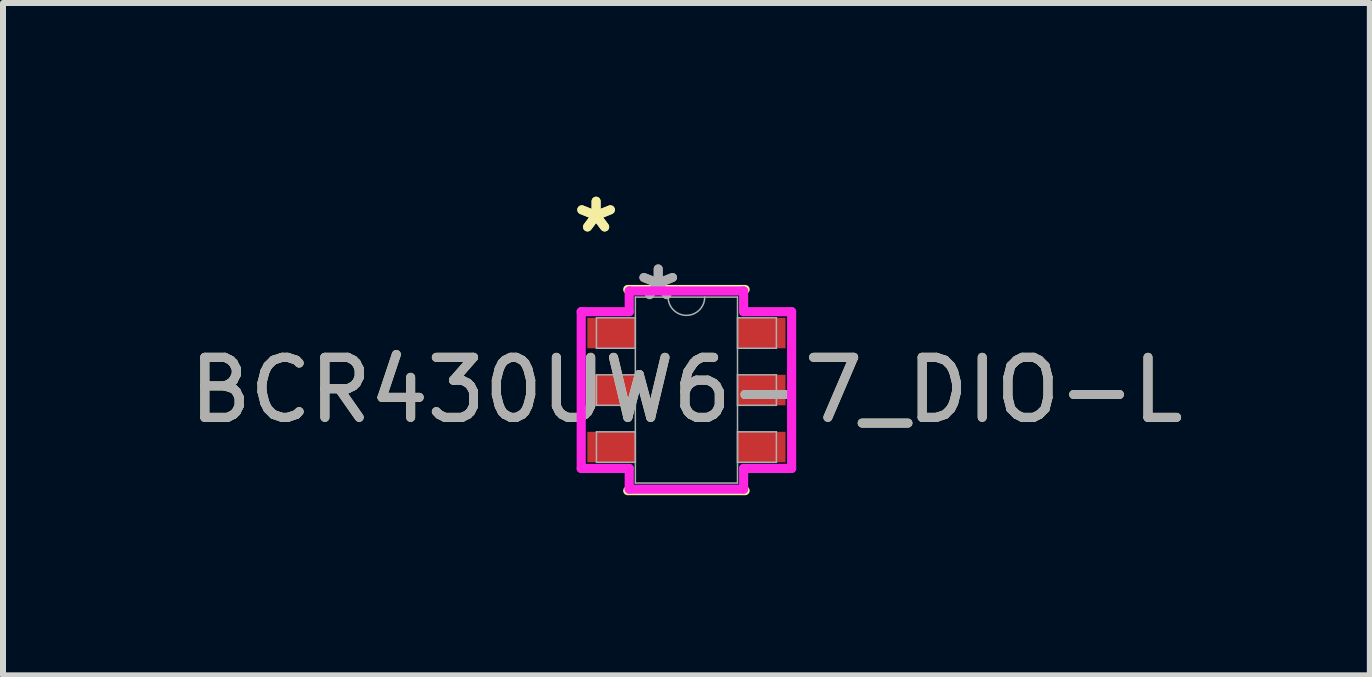
<source format=kicad_pcb>
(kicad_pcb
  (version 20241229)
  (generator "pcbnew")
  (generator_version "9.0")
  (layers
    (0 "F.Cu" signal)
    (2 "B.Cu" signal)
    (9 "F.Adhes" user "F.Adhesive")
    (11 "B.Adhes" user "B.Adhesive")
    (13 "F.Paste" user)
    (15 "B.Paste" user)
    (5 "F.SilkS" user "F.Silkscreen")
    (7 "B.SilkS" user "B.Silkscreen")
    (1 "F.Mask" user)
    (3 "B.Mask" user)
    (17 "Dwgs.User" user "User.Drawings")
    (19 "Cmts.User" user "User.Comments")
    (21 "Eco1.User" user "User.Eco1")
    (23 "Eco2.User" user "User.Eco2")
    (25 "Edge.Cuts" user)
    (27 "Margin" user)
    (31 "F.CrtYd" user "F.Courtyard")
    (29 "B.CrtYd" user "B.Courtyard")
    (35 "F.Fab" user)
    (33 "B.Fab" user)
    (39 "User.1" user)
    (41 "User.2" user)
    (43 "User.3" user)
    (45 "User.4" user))
  (footprint "BCR430UW6-7_DIO-L"
    (layer "F.Cu")
    (at 8.387 3.449)
    (property "Reference" "BCR430UW6-7_DIO-L" (at 0 0 0) (unlocked yes) (layer "F.SilkS") (effects (font (size 1 1) (thickness 0.15))))
    (attr smd)
    (fp_line (start -0.978 1.676) (end 0.978 1.676) (stroke (width 0.152) (type solid)) (layer "F.SilkS"))
    (fp_line (start 0.978 -1.676) (end -0.978 -1.676) (stroke (width 0.152) (type solid)) (layer "F.SilkS"))
    (fp_line (start -1.753 -1.306) (end -0.953 -1.306) (stroke (width 0.152) (type solid)) (layer "F.CrtYd"))
    (fp_line (start -1.753 1.306) (end -1.753 -1.306) (stroke (width 0.152) (type solid)) (layer "F.CrtYd"))
    (fp_line (start -1.753 1.306) (end -0.953 1.306) (stroke (width 0.152) (type solid)) (layer "F.CrtYd"))
    (fp_line (start -0.953 -1.651) (end 0.953 -1.651) (stroke (width 0.152) (type solid)) (layer "F.CrtYd"))
    (fp_line (start -0.953 -1.306) (end -0.953 -1.651) (stroke (width 0.152) (type solid)) (layer "F.CrtYd"))
    (fp_line (start -0.953 1.651) (end -0.953 1.306) (stroke (width 0.152) (type solid)) (layer "F.CrtYd"))
    (fp_line (start 0.953 -1.651) (end 0.953 -1.306) (stroke (width 0.152) (type solid)) (layer "F.CrtYd"))
    (fp_line (start 0.953 1.306) (end 0.953 1.651) (stroke (width 0.152) (type solid)) (layer "F.CrtYd"))
    (fp_line (start 0.953 1.651) (end -0.953 1.651) (stroke (width 0.152) (type solid)) (layer "F.CrtYd"))
    (fp_line (start 1.753 -1.306) (end 0.953 -1.306) (stroke (width 0.152) (type solid)) (layer "F.CrtYd"))
    (fp_line (start 1.753 -1.306) (end 1.753 1.306) (stroke (width 0.152) (type solid)) (layer "F.CrtYd"))
    (fp_line (start 1.753 1.306) (end 0.953 1.306) (stroke (width 0.152) (type solid)) (layer "F.CrtYd"))
    (fp_line (start -1.499 -1.204) (end -1.499 -0.696) (stroke (width 0.025) (type solid)) (layer "F.Fab"))
    (fp_line (start -1.499 -0.696) (end -0.851 -0.696) (stroke (width 0.025) (type solid)) (layer "F.Fab"))
    (fp_line (start -1.499 -0.254) (end -1.499 0.254) (stroke (width 0.025) (type solid)) (layer "F.Fab"))
    (fp_line (start -1.499 0.254) (end -0.851 0.254) (stroke (width 0.025) (type solid)) (layer "F.Fab"))
    (fp_line (start -1.499 0.696) (end -1.499 1.204) (stroke (width 0.025) (type solid)) (layer "F.Fab"))
    (fp_line (start -1.499 1.204) (end -0.851 1.204) (stroke (width 0.025) (type solid)) (layer "F.Fab"))
    (fp_line (start -0.851 -1.549) (end -0.851 1.549) (stroke (width 0.025) (type solid)) (layer "F.Fab"))
    (fp_line (start -0.851 -1.204) (end -1.499 -1.204) (stroke (width 0.025) (type solid)) (layer "F.Fab"))
    (fp_line (start -0.851 -0.696) (end -0.851 -1.204) (stroke (width 0.025) (type solid)) (layer "F.Fab"))
    (fp_line (start -0.851 -0.254) (end -1.499 -0.254) (stroke (width 0.025) (type solid)) (layer "F.Fab"))
    (fp_line (start -0.851 0.254) (end -0.851 -0.254) (stroke (width 0.025) (type solid)) (layer "F.Fab"))
    (fp_line (start -0.851 0.696) (end -1.499 0.696) (stroke (width 0.025) (type solid)) (layer "F.Fab"))
    (fp_line (start -0.851 1.204) (end -0.851 0.696) (stroke (width 0.025) (type solid)) (layer "F.Fab"))
    (fp_line (start -0.851 1.549) (end 0.851 1.549) (stroke (width 0.025) (type solid)) (layer "F.Fab"))
    (fp_line (start 0.851 -1.549) (end -0.851 -1.549) (stroke (width 0.025) (type solid)) (layer "F.Fab"))
    (fp_line (start 0.851 -1.204) (end 0.851 -0.696) (stroke (width 0.025) (type solid)) (layer "F.Fab"))
    (fp_line (start 0.851 -0.696) (end 1.499 -0.696) (stroke (width 0.025) (type solid)) (layer "F.Fab"))
    (fp_line (start 0.851 -0.254) (end 0.851 0.254) (stroke (width 0.025) (type solid)) (layer "F.Fab"))
    (fp_line (start 0.851 0.254) (end 1.499 0.254) (stroke (width 0.025) (type solid)) (layer "F.Fab"))
    (fp_line (start 0.851 0.696) (end 0.851 1.204) (stroke (width 0.025) (type solid)) (layer "F.Fab"))
    (fp_line (start 0.851 1.204) (end 1.499 1.204) (stroke (width 0.025) (type solid)) (layer "F.Fab"))
    (fp_line (start 0.851 1.549) (end 0.851 -1.549) (stroke (width 0.025) (type solid)) (layer "F.Fab"))
    (fp_line (start 1.499 -1.204) (end 0.851 -1.204) (stroke (width 0.025) (type solid)) (layer "F.Fab"))
    (fp_line (start 1.499 -0.696) (end 1.499 -1.204) (stroke (width 0.025) (type solid)) (layer "F.Fab"))
    (fp_line (start 1.499 -0.254) (end 0.851 -0.254) (stroke (width 0.025) (type solid)) (layer "F.Fab"))
    (fp_line (start 1.499 0.254) (end 1.499 -0.254) (stroke (width 0.025) (type solid)) (layer "F.Fab"))
    (fp_line (start 1.499 0.696) (end 0.851 0.696) (stroke (width 0.025) (type solid)) (layer "F.Fab"))
    (fp_line (start 1.499 1.204) (end 1.499 0.696) (stroke (width 0.025) (type solid)) (layer "F.Fab"))
    (fp_arc (start 0.3048 -1.5494) (mid 0 -1.2446) (end -0.3048 -1.5494) (stroke (width 0.0254) (type solid)) (layer "F.Fab"))
    (fp_text user "*" (at -1.505 -2.601 0) (unlocked yes) (layer "F.SilkS") (effects (font (size 1 1) (thickness 0.15))))
    (fp_text user "*" (at -1.505 -2.601 0) (layer "F.SilkS") (effects (font (size 1 1) (thickness 0.15))))
    (fp_text user "*" (at -0.47 -1.473 0) (layer "F.Fab") (effects (font (size 1 1) (thickness 0.15))))
    (fp_text user "${REFERENCE}" (at 0 0 0) (unlocked yes) (layer "F.Fab") (effects (font (size 1 1) (thickness 0.15))))
    (fp_text user "*" (at -0.47 -1.473 0) (unlocked yes) (layer "F.Fab") (effects (font (size 1 1) (thickness 0.15))))
    (pad "1" smd rect (at -1.251 -0.95) (size 0.8 0.508) (layers "F.Cu" "F.Mask" "F.Paste"))
    (pad "2" smd rect (at -1.251 0) (size 0.8 0.508) (layers "F.Cu" "F.Mask" "F.Paste"))
    (pad "3" smd rect (at -1.251 0.95) (size 0.8 0.508) (layers "F.Cu" "F.Mask" "F.Paste"))
    (pad "4" smd rect (at 1.251 0.95) (size 0.8 0.508) (layers "F.Cu" "F.Mask" "F.Paste"))
    (pad "5" smd rect (at 1.251 0) (size 0.8 0.508) (layers "F.Cu" "F.Mask" "F.Paste"))
    (pad "6" smd rect (at 1.251 -0.95) (size 0.8 0.508) (layers "F.Cu" "F.Mask" "F.Paste")))
  (gr_rect
    (start -3 -3)
    (end 19.774 8.202)
    (stroke (width 0.1) (type default))
    (fill no)
    (layer "Edge.Cuts")))
</source>
